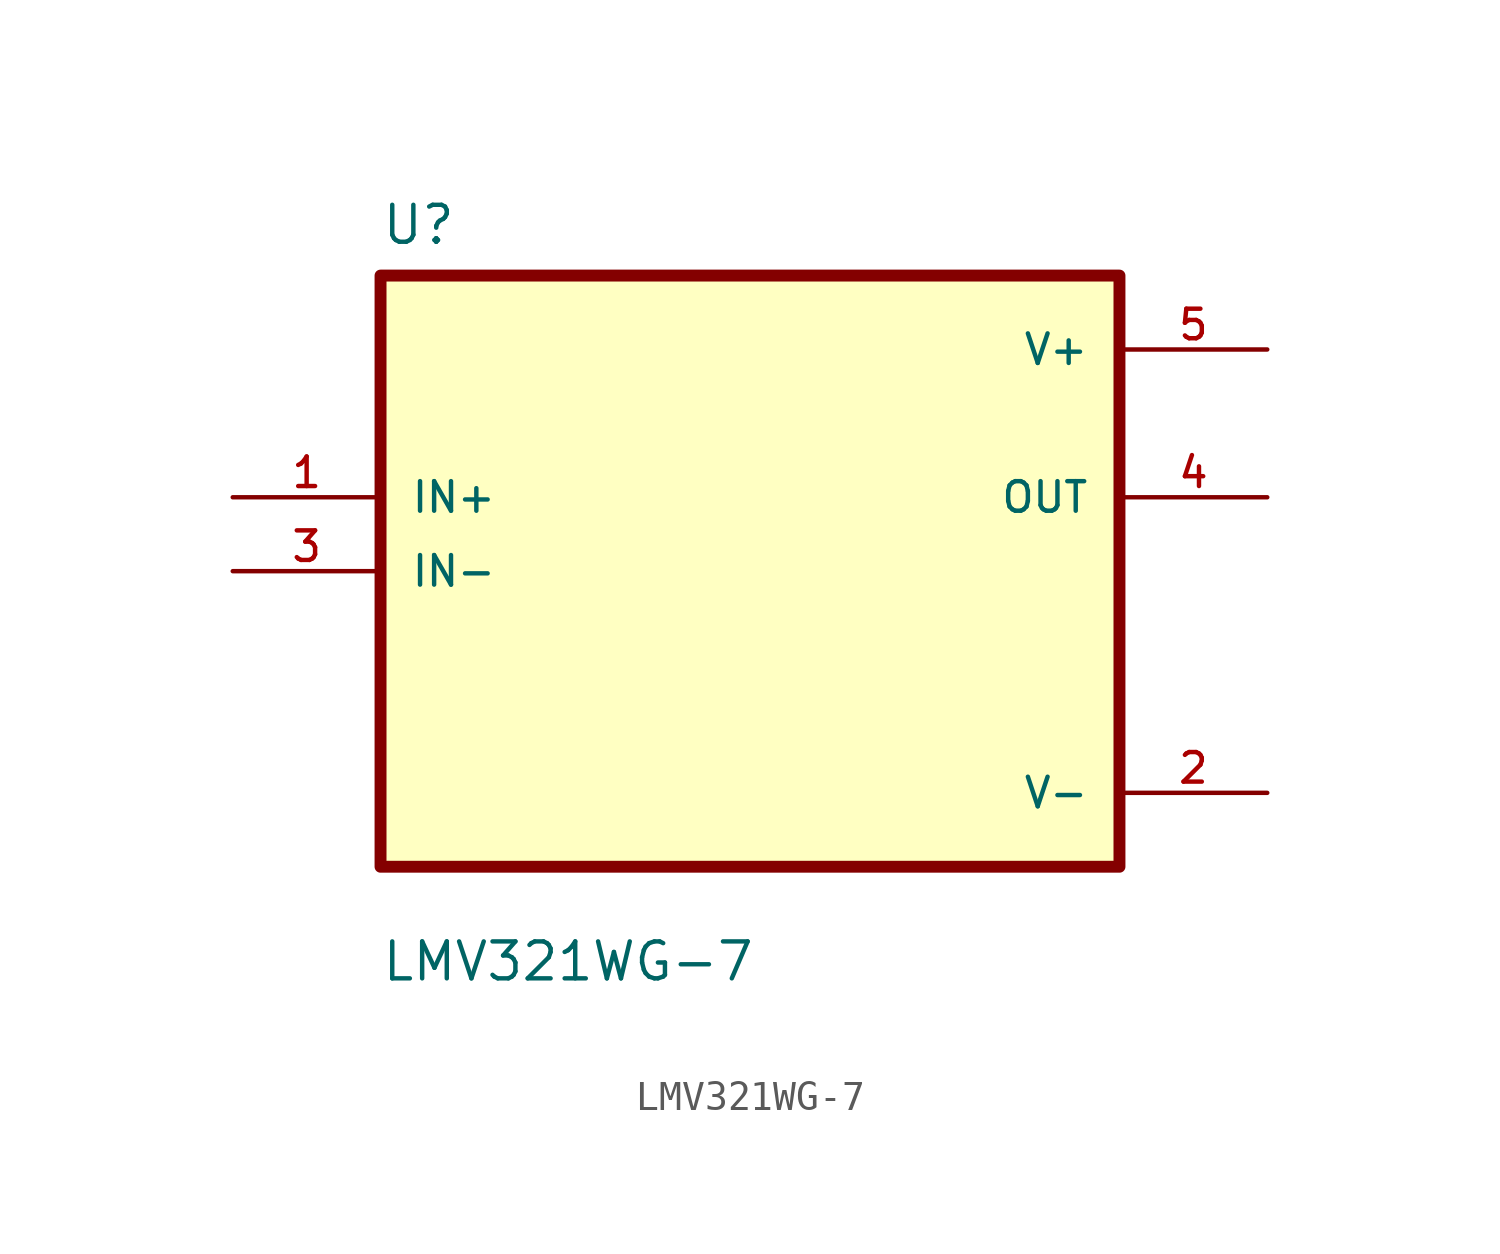
<source format=kicad_sym>
(kicad_symbol_lib
  (version 20211014)
  (generator kicad_symbol_editor)
  (symbol "LMV321WG-7"
    (pin_names
      (offset 1.016))
    (property "Reference" "U"
      (at -12.7 11.16 0.0)
      (effects (font (size 1.27 1.27)) (justify bottom left)))
    (property "Value" "LMV321WG-7"
      (at -12.7 -14.16 0.0)
      (effects (font (size 1.27 1.27)) (justify bottom left)))
    (symbol "LMV321WG-7_0_0"
      (rectangle (start -12.7 -10.16) (end 12.7 10.16) (stroke (width 0.41)) (fill (type background)))
      (pin input line (at -17.78 2.54 0) (length 5.08) (name "IN+" (effects (font (size 1.016 1.016)))) (number "1" (effects (font (size 1.016 1.016)))))
      (pin input line (at -17.78 0.0 0) (length 5.08) (name "IN-" (effects (font (size 1.016 1.016)))) (number "3" (effects (font (size 1.016 1.016)))))
      (pin power_in line (at 17.78 7.62 180.0) (length 5.08) (name "V+" (effects (font (size 1.016 1.016)))) (number "5" (effects (font (size 1.016 1.016)))))
      (pin output line (at 17.78 2.54 180.0) (length 5.08) (name "OUT" (effects (font (size 1.016 1.016)))) (number "4" (effects (font (size 1.016 1.016)))))
      (pin power_in line (at 17.78 -7.62 180.0) (length 5.08) (name "V-" (effects (font (size 1.016 1.016)))) (number "2" (effects (font (size 1.016 1.016))))))))
</source>
